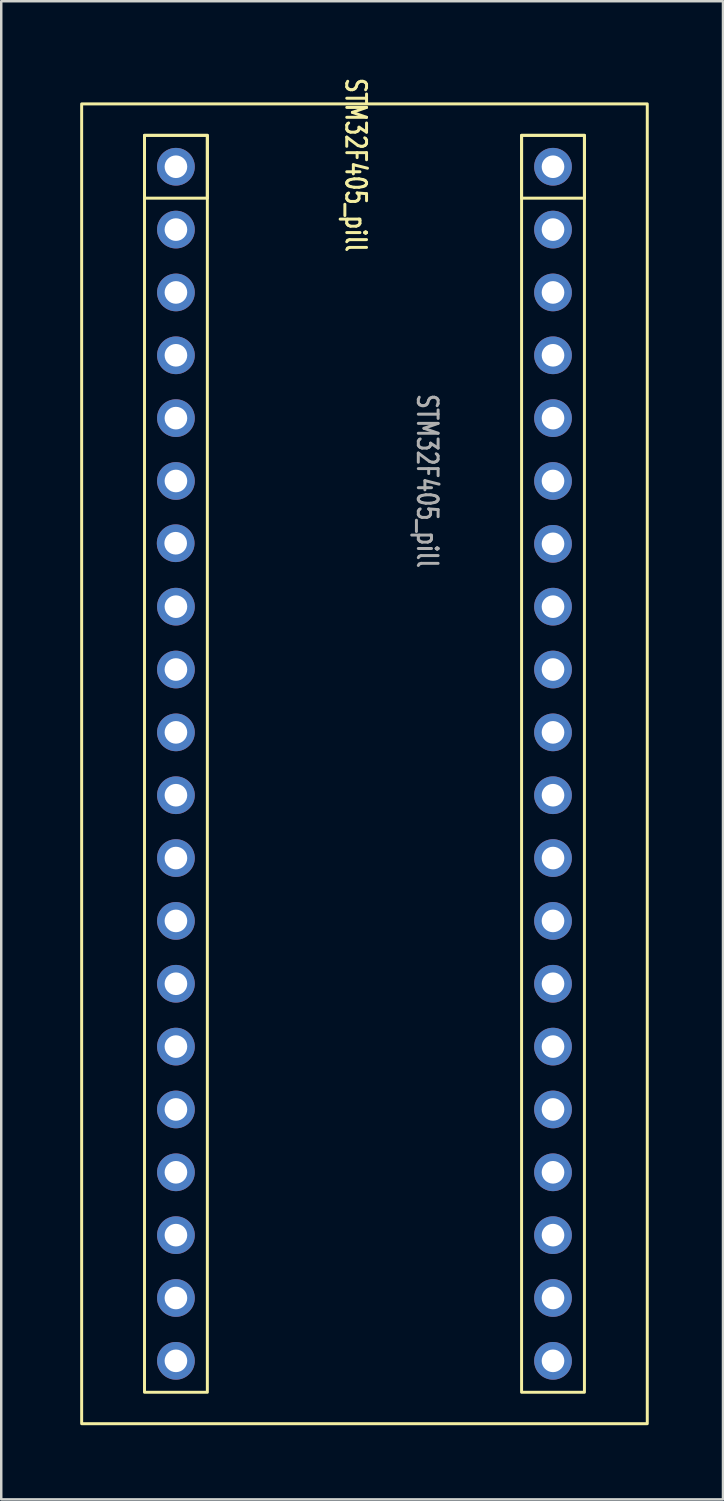
<source format=kicad_pcb>
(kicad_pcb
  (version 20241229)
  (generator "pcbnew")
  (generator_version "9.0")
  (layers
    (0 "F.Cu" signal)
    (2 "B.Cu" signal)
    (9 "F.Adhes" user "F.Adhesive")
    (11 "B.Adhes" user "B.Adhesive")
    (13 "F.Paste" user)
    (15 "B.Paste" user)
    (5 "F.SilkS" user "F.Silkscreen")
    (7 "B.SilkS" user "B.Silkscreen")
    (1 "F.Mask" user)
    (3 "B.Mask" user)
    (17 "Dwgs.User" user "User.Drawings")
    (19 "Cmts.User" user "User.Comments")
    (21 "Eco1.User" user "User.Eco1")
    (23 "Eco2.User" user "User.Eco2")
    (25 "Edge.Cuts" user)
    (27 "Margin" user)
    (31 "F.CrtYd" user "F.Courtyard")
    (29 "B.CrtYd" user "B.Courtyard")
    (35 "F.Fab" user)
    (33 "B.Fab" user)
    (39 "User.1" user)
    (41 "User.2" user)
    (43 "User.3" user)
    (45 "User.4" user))
  (footprint "STM32F405_pill"
    (layer "F.Cu")
    (at 0.25 1.149)
    (property "Reference" "STM32F405_pill" (at 11.078 2.471 270) (unlocked yes) (layer "F.SilkS") (effects (font (size 0.8 0.6) (thickness 0.12))))
    (attr through_hole exclude_from_pos_files exclude_from_bom)
    (fp_rect (start 0 0) (end 22.86 53.34) (stroke (width 0.12) (type solid)) (fill no) (layer "F.SilkS"))
    (fp_rect (start 2.54 1.27) (end 5.08 3.81) (stroke (width 0.12) (type solid)) (fill no) (layer "F.SilkS"))
    (fp_rect (start 2.54 1.27) (end 5.08 52.07) (stroke (width 0.12) (type solid)) (fill no) (layer "F.SilkS"))
    (fp_rect (start 17.78 1.27) (end 20.32 3.81) (stroke (width 0.12) (type solid)) (fill no) (layer "F.SilkS"))
    (fp_rect (start 17.78 1.27) (end 20.32 52.07) (stroke (width 0.12) (type solid)) (fill no) (layer "F.SilkS"))
    (fp_text user "${REFERENCE}" (at 13.97 15.24 270) (unlocked yes) (layer "F.Fab") (effects (font (size 0.8 0.6) (thickness 0.12))))
    (pad "1" thru_hole circle (at 19.05 50.8) (size 1.524 1.524) (drill 0.914) (layers "*.Cu" "*.Mask"))
    (pad "2" thru_hole circle (at 19.05 48.26) (size 1.524 1.524) (drill 0.914) (layers "*.Cu" "*.Mask"))
    (pad "3" thru_hole circle (at 19.05 45.72) (size 1.524 1.524) (drill 0.914) (layers "*.Cu" "*.Mask"))
    (pad "4" thru_hole circle (at 19.05 43.18) (size 1.524 1.524) (drill 0.914) (layers "*.Cu" "*.Mask"))
    (pad "5" thru_hole circle (at 19.05 40.64) (size 1.524 1.524) (drill 0.914) (layers "*.Cu" "*.Mask"))
    (pad "6" thru_hole circle (at 19.05 38.1) (size 1.524 1.524) (drill 0.914) (layers "*.Cu" "*.Mask"))
    (pad "7" thru_hole circle (at 19.05 35.56) (size 1.524 1.524) (drill 0.914) (layers "*.Cu" "*.Mask"))
    (pad "8" thru_hole circle (at 19.05 33.02) (size 1.524 1.524) (drill 0.914) (layers "*.Cu" "*.Mask"))
    (pad "9" thru_hole circle (at 19.05 30.48) (size 1.524 1.524) (drill 0.914) (layers "*.Cu" "*.Mask"))
    (pad "10" thru_hole circle (at 19.05 27.94) (size 1.524 1.524) (drill 0.914) (layers "*.Cu" "*.Mask"))
    (pad "11" thru_hole circle (at 19.05 25.4) (size 1.524 1.524) (drill 0.914) (layers "*.Cu" "*.Mask"))
    (pad "12" thru_hole circle (at 19.05 22.86) (size 1.524 1.524) (drill 0.914) (layers "*.Cu" "*.Mask"))
    (pad "13" thru_hole circle (at 19.05 20.32) (size 1.524 1.524) (drill 0.914) (layers "*.Cu" "*.Mask"))
    (pad "14" thru_hole circle (at 19.05 17.78) (size 1.524 1.524) (drill 0.914) (layers "*.Cu" "*.Mask"))
    (pad "15" thru_hole circle (at 19.05 15.24) (size 1.524 1.524) (drill 0.914) (layers "*.Cu" "*.Mask"))
    (pad "16" thru_hole circle (at 19.05 12.7) (size 1.524 1.524) (drill 0.914) (layers "*.Cu" "*.Mask"))
    (pad "17" thru_hole circle (at 19.05 10.16) (size 1.524 1.524) (drill 0.914) (layers "*.Cu" "*.Mask"))
    (pad "18" thru_hole circle (at 19.05 7.62) (size 1.524 1.524) (drill 0.914) (layers "*.Cu" "*.Mask"))
    (pad "19" thru_hole circle (at 19.05 5.08) (size 1.524 1.524) (drill 0.914) (layers "*.Cu" "*.Mask"))
    (pad "20" thru_hole circle (at 19.05 2.54) (size 1.524 1.524) (drill 0.914) (layers "*.Cu" "*.Mask"))
    (pad "21" thru_hole circle (at 3.81 2.54) (size 1.524 1.524) (drill 0.914) (layers "*.Cu" "*.Mask"))
    (pad "22" thru_hole circle (at 3.81 5.08) (size 1.524 1.524) (drill 0.914) (layers "*.Cu" "*.Mask"))
    (pad "23" thru_hole circle (at 3.81 7.62) (size 1.524 1.524) (drill 0.914) (layers "*.Cu" "*.Mask"))
    (pad "24" thru_hole circle (at 3.81 10.16) (size 1.524 1.524) (drill 0.914) (layers "*.Cu" "*.Mask"))
    (pad "25" thru_hole circle (at 3.81 12.7) (size 1.524 1.524) (drill 0.914) (layers "*.Cu" "*.Mask"))
    (pad "26" thru_hole circle (at 3.81 15.24) (size 1.524 1.524) (drill 0.914) (layers "*.Cu" "*.Mask"))
    (pad "27" thru_hole circle (at 3.8 17.756) (size 1.524 1.524) (drill 0.914) (layers "*.Cu" "*.Mask"))
    (pad "28" thru_hole circle (at 3.81 20.32) (size 1.524 1.524) (drill 0.914) (layers "*.Cu" "*.Mask"))
    (pad "29" thru_hole circle (at 3.81 22.86) (size 1.524 1.524) (drill 0.914) (layers "*.Cu" "*.Mask"))
    (pad "30" thru_hole circle (at 3.81 25.4) (size 1.524 1.524) (drill 0.914) (layers "*.Cu" "*.Mask"))
    (pad "31" thru_hole circle (at 3.81 27.94) (size 1.524 1.524) (drill 0.914) (layers "*.Cu" "*.Mask"))
    (pad "32" thru_hole circle (at 3.81 30.48) (size 1.524 1.524) (drill 0.914) (layers "*.Cu" "*.Mask"))
    (pad "33" thru_hole circle (at 3.81 33.02) (size 1.524 1.524) (drill 0.914) (layers "*.Cu" "*.Mask"))
    (pad "34" thru_hole circle (at 3.81 35.56) (size 1.524 1.524) (drill 0.914) (layers "*.Cu" "*.Mask"))
    (pad "35" thru_hole circle (at 3.81 38.1) (size 1.524 1.524) (drill 0.914) (layers "*.Cu" "*.Mask"))
    (pad "36" thru_hole circle (at 3.81 40.64) (size 1.524 1.524) (drill 0.914) (layers "*.Cu" "*.Mask"))
    (pad "37" thru_hole circle (at 3.81 43.18) (size 1.524 1.524) (drill 0.914) (layers "*.Cu" "*.Mask"))
    (pad "38" thru_hole circle (at 3.81 45.72) (size 1.524 1.524) (drill 0.914) (layers "*.Cu" "*.Mask"))
    (pad "39" thru_hole circle (at 3.81 48.26) (size 1.524 1.524) (drill 0.914) (layers "*.Cu" "*.Mask"))
    (pad "40" thru_hole circle (at 3.81 50.8) (size 1.524 1.524) (drill 0.914) (layers "*.Cu" "*.Mask")))
  (gr_rect
    (start -3 -3)
    (end 26.17 57.549)
    (stroke (width 0.1) (type default))
    (fill no)
    (layer "Edge.Cuts")))
</source>
